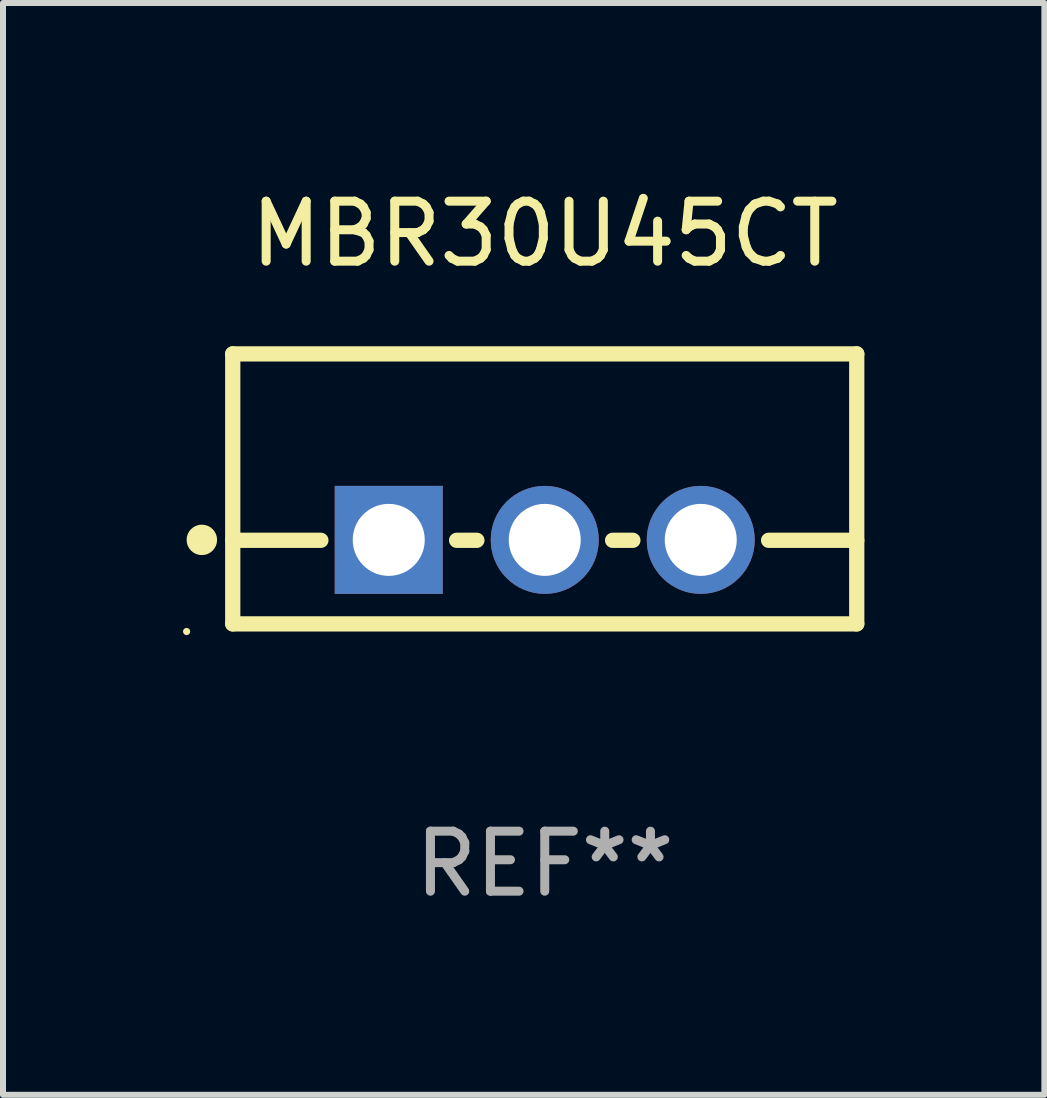
<source format=kicad_pcb>
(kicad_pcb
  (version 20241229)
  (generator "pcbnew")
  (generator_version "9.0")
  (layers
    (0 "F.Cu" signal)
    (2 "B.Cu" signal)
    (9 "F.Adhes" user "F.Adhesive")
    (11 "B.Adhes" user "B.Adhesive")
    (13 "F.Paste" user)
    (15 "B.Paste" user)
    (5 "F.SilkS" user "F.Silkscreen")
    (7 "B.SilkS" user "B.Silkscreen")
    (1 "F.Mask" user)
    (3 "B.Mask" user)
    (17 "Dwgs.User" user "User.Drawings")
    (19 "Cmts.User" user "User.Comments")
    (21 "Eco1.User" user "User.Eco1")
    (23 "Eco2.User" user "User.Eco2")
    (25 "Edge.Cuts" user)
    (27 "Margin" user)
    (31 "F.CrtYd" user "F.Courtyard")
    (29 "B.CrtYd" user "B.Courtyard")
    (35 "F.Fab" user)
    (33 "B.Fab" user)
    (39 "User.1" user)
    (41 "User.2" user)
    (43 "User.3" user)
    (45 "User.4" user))
  (footprint "MBR30U45CT"
    (layer "F.Cu")
    (at 6.029 5.098)
    (property "Reference" "MBR30U45CT" (at 0 -4.25 0) (layer "F.SilkS") (effects (font (size 1 1) (thickness 0.15))))
    (attr through_hole)
    (fp_line (start -5.2 -2.25) (end -5.2 2.25) (stroke (width 0.254) (type solid)) (layer "F.SilkS"))
    (fp_line (start -5.2 -2.25) (end 5.2 -2.25) (stroke (width 0.254) (type solid)) (layer "F.SilkS"))
    (fp_line (start -5.2 0.857) (end -3.731 0.857) (stroke (width 0.254) (type solid)) (layer "F.SilkS"))
    (fp_line (start -5.2 2.25) (end 5.2 2.25) (stroke (width 0.254) (type solid)) (layer "F.SilkS"))
    (fp_line (start -1.469 0.857) (end -1.131 0.857) (stroke (width 0.254) (type solid)) (layer "F.SilkS"))
    (fp_line (start 1.131 0.857) (end 1.469 0.857) (stroke (width 0.254) (type solid)) (layer "F.SilkS"))
    (fp_line (start 3.731 0.857) (end 5.2 0.857) (stroke (width 0.254) (type solid)) (layer "F.SilkS"))
    (fp_line (start 5.2 -2.25) (end 5.2 2.25) (stroke (width 0.254) (type solid)) (layer "F.SilkS"))
    (fp_circle (center -5.969 2.377) (end -5.939 2.377) (stroke (width 0.06) (type solid)) (fill no) (layer "F.SilkS"))
    (fp_circle (center -5.715 0.85) (end -5.588 0.85) (stroke (width 0.254) (type solid)) (fill no) (layer "F.SilkS"))
    (fp_text user "REF**" (at 0 6.25 0) (layer "F.Fab") (effects (font (size 1 1) (thickness 0.15))))
    (pad "1" thru_hole rect (at -2.6 0.85) (size 1.8 1.8) (drill 1.2) (layers "*.Cu" "*.Mask"))
    (pad "2" thru_hole circle (at 0 0.85) (size 1.8 1.8) (drill 1.2) (layers "*.Cu" "*.Mask"))
    (pad "3" thru_hole circle (at 2.6 0.85) (size 1.8 1.8) (drill 1.2) (layers "*.Cu" "*.Mask")))
  (gr_rect
    (start -3 -3)
    (end 14.356 15.197)
    (stroke (width 0.1) (type default))
    (fill no)
    (layer "Edge.Cuts")))
</source>
